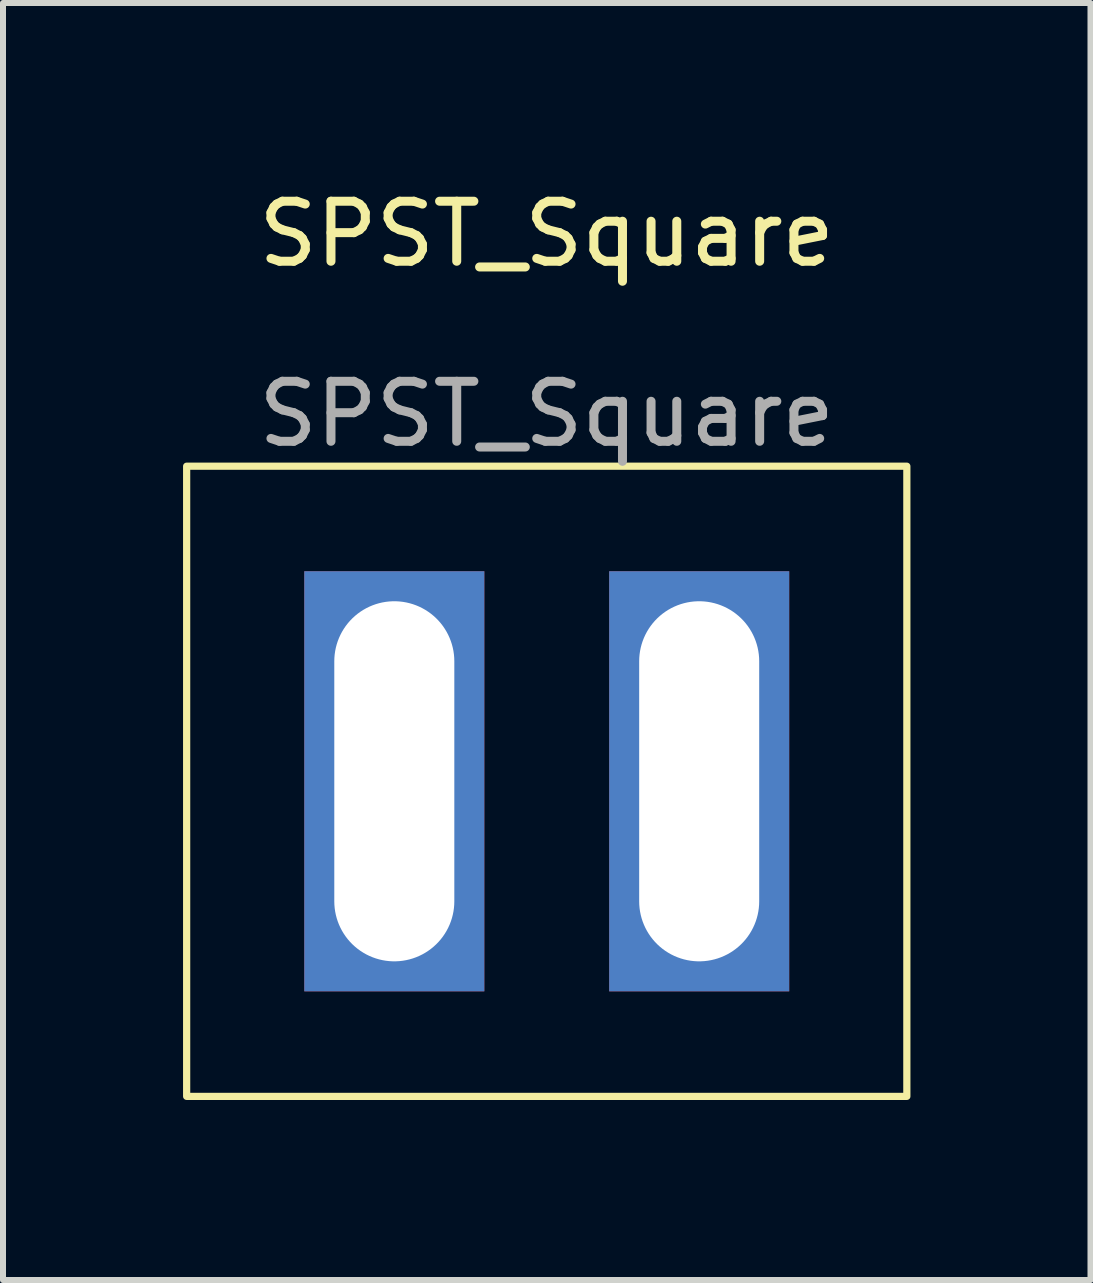
<source format=kicad_pcb>
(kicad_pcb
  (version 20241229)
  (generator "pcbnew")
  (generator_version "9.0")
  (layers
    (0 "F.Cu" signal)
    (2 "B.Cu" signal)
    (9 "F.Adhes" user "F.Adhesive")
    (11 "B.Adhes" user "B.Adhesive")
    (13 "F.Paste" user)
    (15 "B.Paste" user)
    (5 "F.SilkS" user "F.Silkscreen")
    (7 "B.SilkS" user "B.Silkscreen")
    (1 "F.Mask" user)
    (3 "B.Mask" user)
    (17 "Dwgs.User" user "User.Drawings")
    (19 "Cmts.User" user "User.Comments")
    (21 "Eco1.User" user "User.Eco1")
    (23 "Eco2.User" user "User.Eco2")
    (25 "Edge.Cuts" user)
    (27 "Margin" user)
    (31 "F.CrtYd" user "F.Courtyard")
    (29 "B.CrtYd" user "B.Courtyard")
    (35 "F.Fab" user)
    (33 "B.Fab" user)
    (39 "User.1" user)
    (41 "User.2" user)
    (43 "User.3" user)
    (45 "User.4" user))
  (footprint "SPST_Square"
    (layer "F.Cu")
    (at 6.06 9.968)
    (property "Reference" "SPST_Square" (at 0 -9.12 0) (unlocked yes) (layer "F.SilkS") (effects (font (size 1 1) (thickness 0.15))))
    (attr through_hole)
    (fp_rect (start -6 -5.25) (end 6 5.25) (stroke (width 0.12) (type solid)) (fill no) (layer "F.SilkS"))
    (fp_text user "${REFERENCE}" (at 0 -6.12 0) (unlocked yes) (layer "F.Fab") (effects (font (size 1 1) (thickness 0.15))))
    (pad "1" thru_hole rect (at -2.54 0) (size 3 7) (drill oval 2 6) (layers "*.Cu" "*.Mask"))
    (pad "2" thru_hole rect (at 2.54 0) (size 3 7) (drill oval 2 6) (layers "*.Cu" "*.Mask")))
  (gr_rect
    (start -3 -3)
    (end 15.12 18.278)
    (stroke (width 0.1) (type default))
    (fill no)
    (layer "Edge.Cuts")))
</source>
